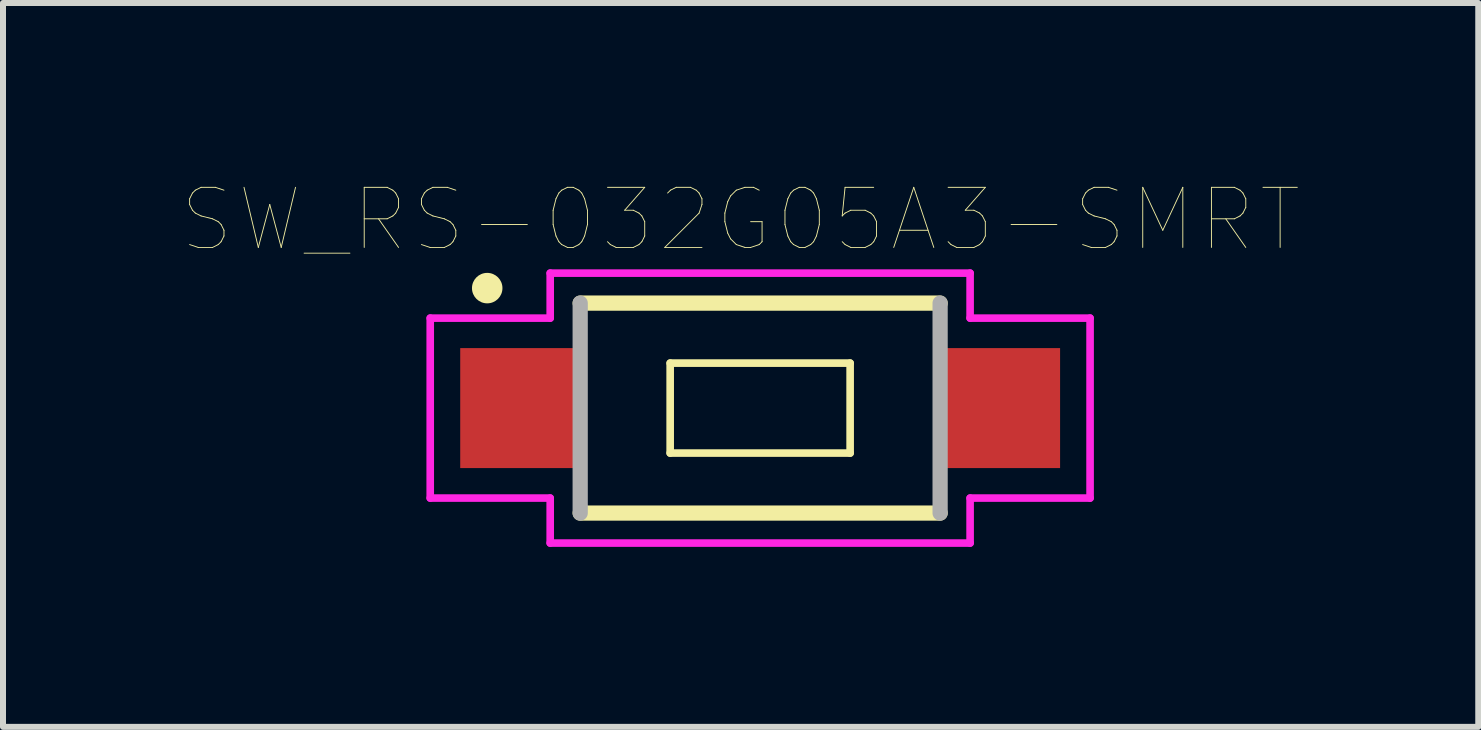
<source format=kicad_pcb>
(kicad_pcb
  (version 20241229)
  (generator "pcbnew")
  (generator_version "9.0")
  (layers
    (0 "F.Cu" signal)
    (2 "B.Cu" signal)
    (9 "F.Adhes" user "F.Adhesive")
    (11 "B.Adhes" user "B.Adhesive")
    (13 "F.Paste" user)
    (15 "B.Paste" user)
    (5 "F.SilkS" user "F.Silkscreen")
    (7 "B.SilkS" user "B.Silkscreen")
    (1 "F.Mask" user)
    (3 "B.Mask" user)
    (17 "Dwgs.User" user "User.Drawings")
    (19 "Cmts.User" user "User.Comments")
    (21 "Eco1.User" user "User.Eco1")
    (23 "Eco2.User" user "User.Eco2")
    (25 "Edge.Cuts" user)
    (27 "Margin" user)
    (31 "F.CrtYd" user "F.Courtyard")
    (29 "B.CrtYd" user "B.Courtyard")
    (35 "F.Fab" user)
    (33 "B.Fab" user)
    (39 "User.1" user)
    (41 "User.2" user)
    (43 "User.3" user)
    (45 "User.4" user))
  (footprint "SW_RS-032G05A3-SMRT"
    (layer "F.Cu")
    (at 9.622 3.753)
    (property "Reference" "SW_RS-032G05A3-SMRT" (at -0.326 -3.141 0) (layer "F.SilkS") (effects (font (size 1.002 1.002) (thickness 0.015))))
    (attr through_hole)
    (fp_line (start -3 1.75) (end 3 1.75) (stroke (width 0.254) (type solid)) (layer "F.SilkS"))
    (fp_line (start -1.5 -0.75) (end -1.5 0.75) (stroke (width 0.127) (type solid)) (layer "F.SilkS"))
    (fp_line (start -1.5 0.75) (end 1.5 0.75) (stroke (width 0.127) (type solid)) (layer "F.SilkS"))
    (fp_line (start 1.5 -0.75) (end -1.5 -0.75) (stroke (width 0.127) (type solid)) (layer "F.SilkS"))
    (fp_line (start 1.5 0.75) (end 1.5 -0.75) (stroke (width 0.127) (type solid)) (layer "F.SilkS"))
    (fp_line (start 3 -1.75) (end -3 -1.75) (stroke (width 0.254) (type solid)) (layer "F.SilkS"))
    (fp_circle (center -4.55 -2) (end -4.296 -2) (stroke (width 0) (type solid)) (fill yes) (layer "F.SilkS"))
    (fp_line (start -5.5 -1.5) (end -3.5 -1.5) (stroke (width 0.127) (type solid)) (layer "F.CrtYd"))
    (fp_line (start -5.5 1.5) (end -5.5 -1.5) (stroke (width 0.127) (type solid)) (layer "F.CrtYd"))
    (fp_line (start -3.5 -2.25) (end 3.5 -2.25) (stroke (width 0.127) (type solid)) (layer "F.CrtYd"))
    (fp_line (start -3.5 -1.5) (end -3.5 -2.25) (stroke (width 0.127) (type solid)) (layer "F.CrtYd"))
    (fp_line (start -3.5 1.5) (end -5.5 1.5) (stroke (width 0.127) (type solid)) (layer "F.CrtYd"))
    (fp_line (start -3.5 2.25) (end -3.5 1.5) (stroke (width 0.127) (type solid)) (layer "F.CrtYd"))
    (fp_line (start 3.5 -2.25) (end 3.5 -1.5) (stroke (width 0.127) (type solid)) (layer "F.CrtYd"))
    (fp_line (start 3.5 -1.5) (end 5.5 -1.5) (stroke (width 0.127) (type solid)) (layer "F.CrtYd"))
    (fp_line (start 3.5 1.5) (end 3.5 2.25) (stroke (width 0.127) (type solid)) (layer "F.CrtYd"))
    (fp_line (start 3.5 2.25) (end -3.5 2.25) (stroke (width 0.127) (type solid)) (layer "F.CrtYd"))
    (fp_line (start 5.5 -1.5) (end 5.5 1.5) (stroke (width 0.127) (type solid)) (layer "F.CrtYd"))
    (fp_line (start 5.5 1.5) (end 3.5 1.5) (stroke (width 0.127) (type solid)) (layer "F.CrtYd"))
    (fp_line (start -3 -1.75) (end -3 1.75) (stroke (width 0.254) (type solid)) (layer "F.Fab"))
    (fp_line (start 3 1.75) (end 3 -1.75) (stroke (width 0.254) (type solid)) (layer "F.Fab"))
    (pad "1" smd rect (at -4 0) (size 2 2) (layers "F.Cu" "F.Mask" "F.Paste"))
    (pad "2" smd rect (at 4 0) (size 2 2) (layers "F.Cu" "F.Mask" "F.Paste")))
  (gr_rect
    (start -3 -3)
    (end 21.593 9.067)
    (stroke (width 0.1) (type default))
    (fill no)
    (layer "Edge.Cuts")))
</source>
